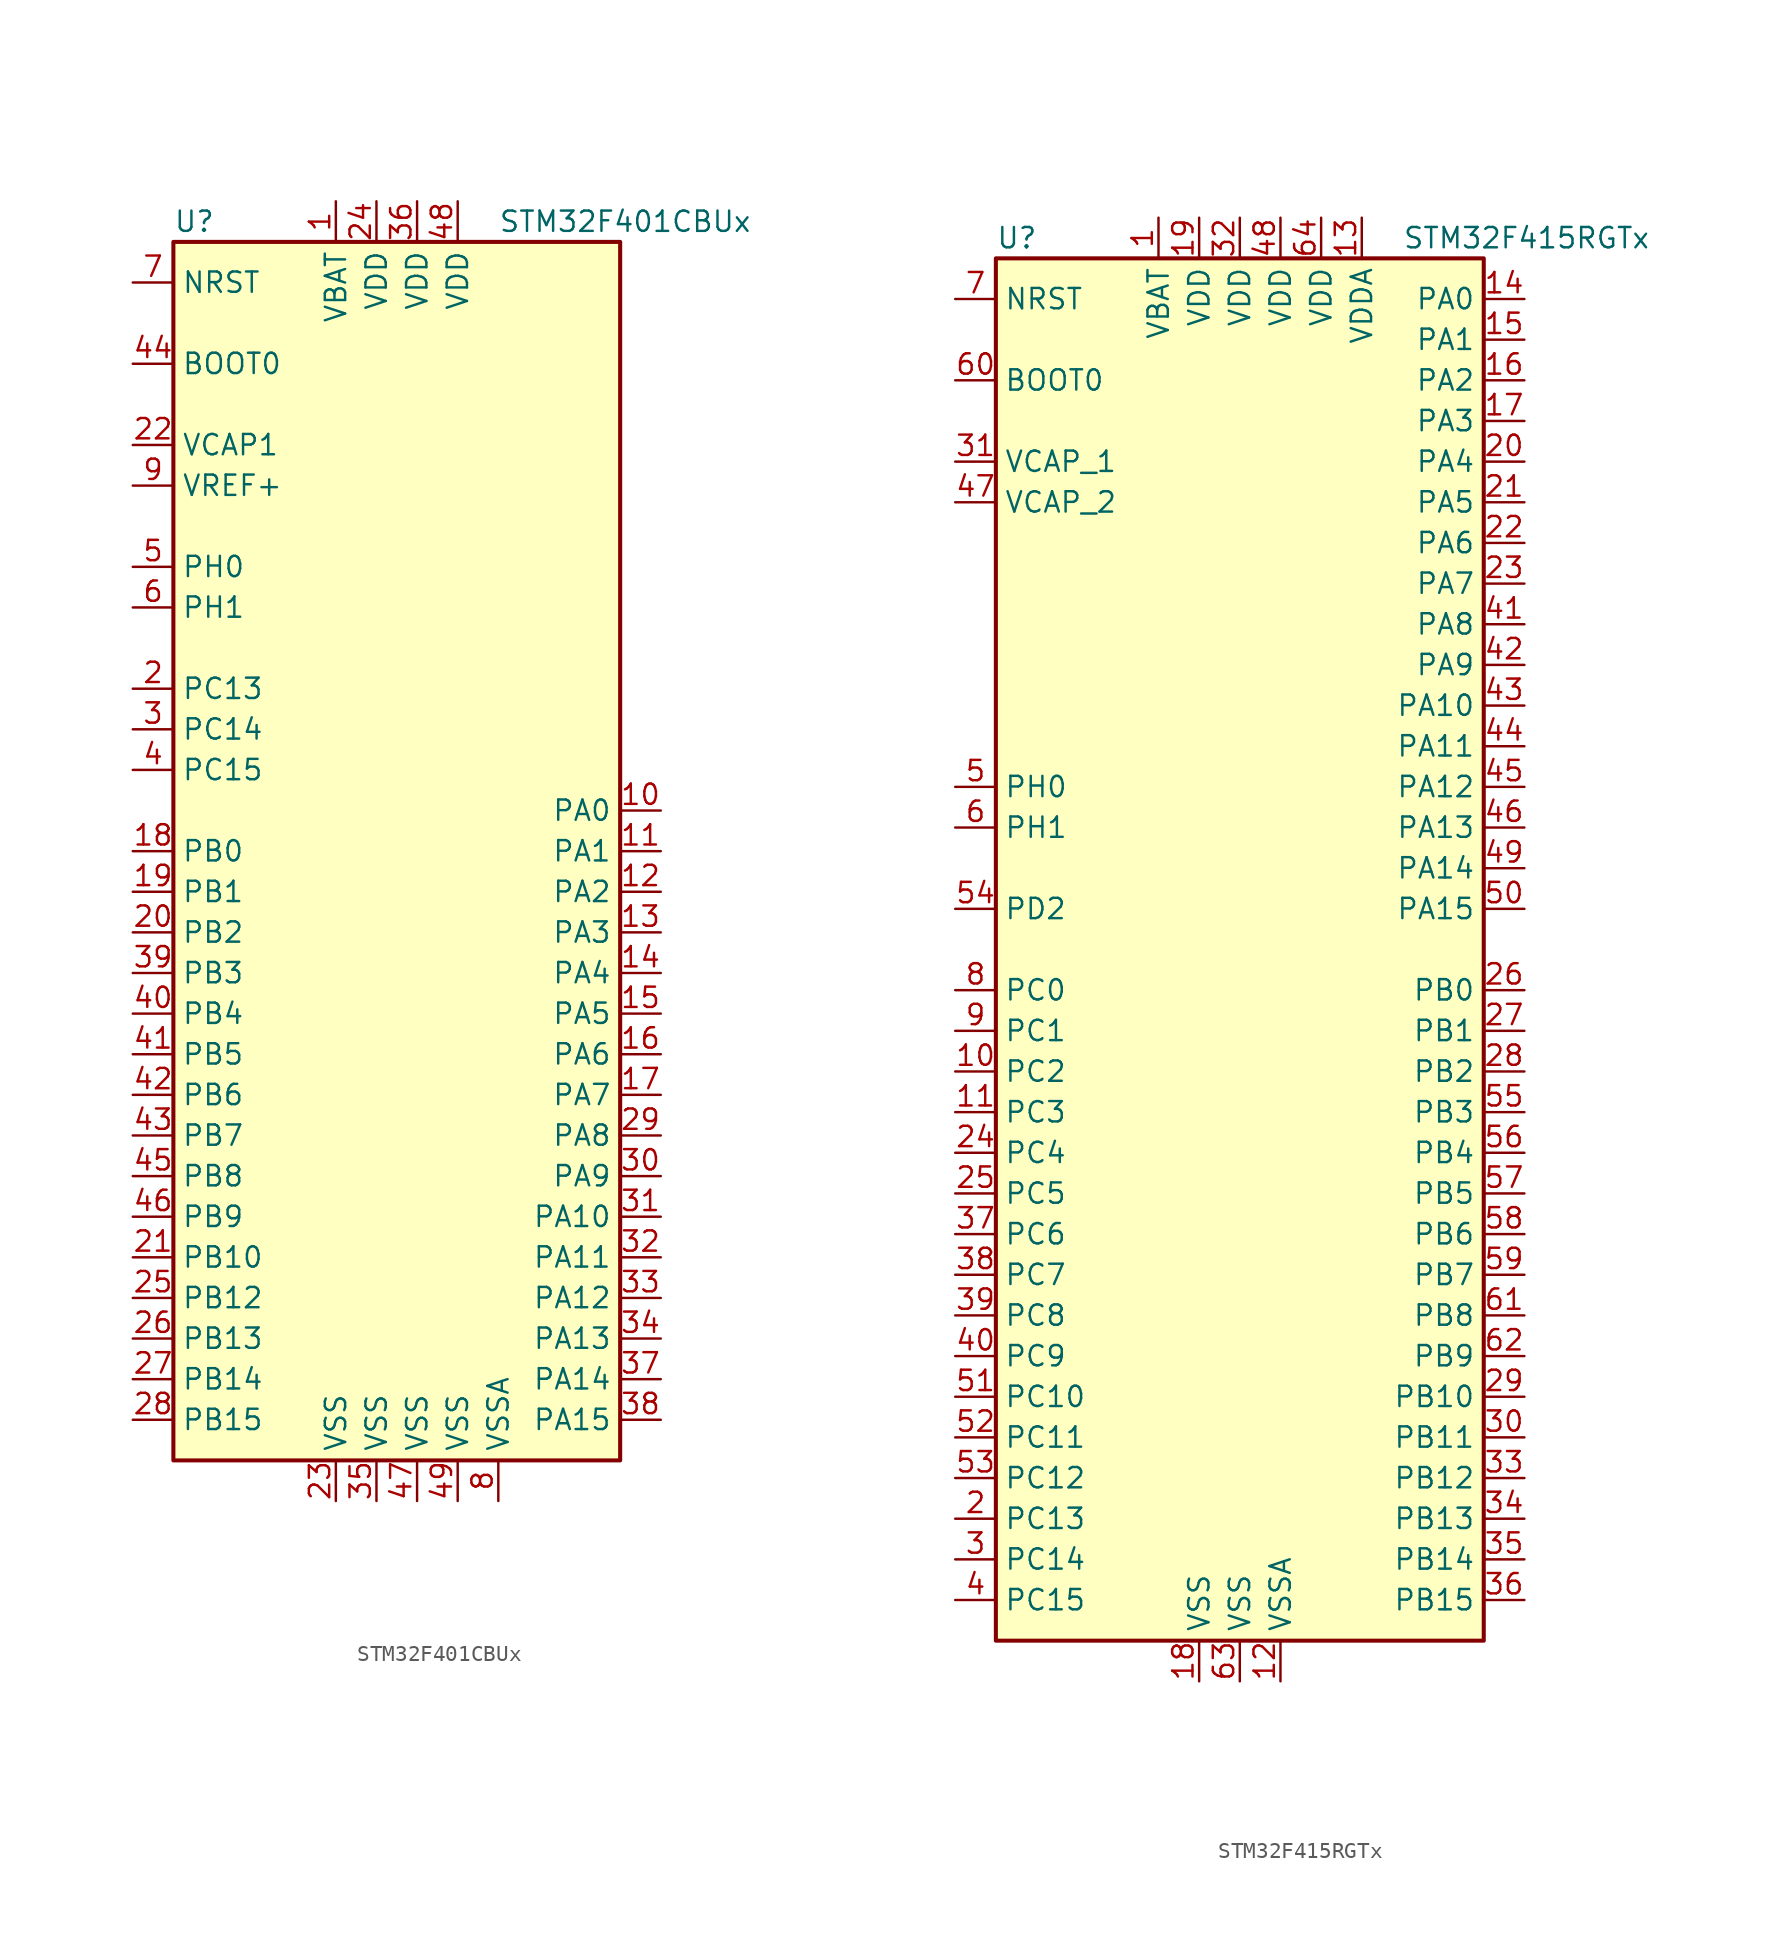
<source format=kicad_sym>
(kicad_symbol_lib
  (version 20201005)
  (generator kicad_symbol_editor)
  (symbol "MCU_ST_STM32F4:STM32F401CBUx"
    (property "Reference" "U"
      (at -15.24 39.37 0)
      (effects (font (size 1.27 1.27)) (justify left)))
    (property "Value" "STM32F401CBUx"
      (at 5.08 39.37 0)
      (effects (font (size 1.27 1.27)) (justify left)))
    (symbol "STM32F401CBUx_0_1"
      (rectangle (start -15.24 -38.1) (end 12.7 38.1) (stroke (width 0.254)) (fill (type background))))
    (symbol "STM32F401CBUx_1_1"
      (pin input line (at -17.78 30.48 0) (length 2.54) (name "BOOT0" (effects (font (size 1.27 1.27)))) (number "44" (effects (font (size 1.27 1.27)))))
      (pin input line (at -17.78 35.56 0) (length 2.54) (name "NRST" (effects (font (size 1.27 1.27)))) (number "7" (effects (font (size 1.27 1.27)))))
      (pin bidirectional line (at 15.24 2.54 180) (length 2.54) (name "PA0" (effects (font (size 1.27 1.27)))) (number "10" (effects (font (size 1.27 1.27)))))
      (pin bidirectional line (at 15.24 0 180) (length 2.54) (name "PA1" (effects (font (size 1.27 1.27)))) (number "11" (effects (font (size 1.27 1.27)))))
      (pin bidirectional line (at 15.24 -22.86 180) (length 2.54) (name "PA10" (effects (font (size 1.27 1.27)))) (number "31" (effects (font (size 1.27 1.27)))))
      (pin bidirectional line (at 15.24 -25.4 180) (length 2.54) (name "PA11" (effects (font (size 1.27 1.27)))) (number "32" (effects (font (size 1.27 1.27)))))
      (pin bidirectional line (at 15.24 -27.94 180) (length 2.54) (name "PA12" (effects (font (size 1.27 1.27)))) (number "33" (effects (font (size 1.27 1.27)))))
      (pin bidirectional line (at 15.24 -30.48 180) (length 2.54) (name "PA13" (effects (font (size 1.27 1.27)))) (number "34" (effects (font (size 1.27 1.27)))))
      (pin bidirectional line (at 15.24 -33.02 180) (length 2.54) (name "PA14" (effects (font (size 1.27 1.27)))) (number "37" (effects (font (size 1.27 1.27)))))
      (pin bidirectional line (at 15.24 -35.56 180) (length 2.54) (name "PA15" (effects (font (size 1.27 1.27)))) (number "38" (effects (font (size 1.27 1.27)))))
      (pin bidirectional line (at 15.24 -2.54 180) (length 2.54) (name "PA2" (effects (font (size 1.27 1.27)))) (number "12" (effects (font (size 1.27 1.27)))))
      (pin bidirectional line (at 15.24 -5.08 180) (length 2.54) (name "PA3" (effects (font (size 1.27 1.27)))) (number "13" (effects (font (size 1.27 1.27)))))
      (pin bidirectional line (at 15.24 -7.62 180) (length 2.54) (name "PA4" (effects (font (size 1.27 1.27)))) (number "14" (effects (font (size 1.27 1.27)))))
      (pin bidirectional line (at 15.24 -10.16 180) (length 2.54) (name "PA5" (effects (font (size 1.27 1.27)))) (number "15" (effects (font (size 1.27 1.27)))))
      (pin bidirectional line (at 15.24 -12.7 180) (length 2.54) (name "PA6" (effects (font (size 1.27 1.27)))) (number "16" (effects (font (size 1.27 1.27)))))
      (pin bidirectional line (at 15.24 -15.24 180) (length 2.54) (name "PA7" (effects (font (size 1.27 1.27)))) (number "17" (effects (font (size 1.27 1.27)))))
      (pin bidirectional line (at 15.24 -17.78 180) (length 2.54) (name "PA8" (effects (font (size 1.27 1.27)))) (number "29" (effects (font (size 1.27 1.27)))))
      (pin bidirectional line (at 15.24 -20.32 180) (length 2.54) (name "PA9" (effects (font (size 1.27 1.27)))) (number "30" (effects (font (size 1.27 1.27)))))
      (pin bidirectional line (at -17.78 0 0) (length 2.54) (name "PB0" (effects (font (size 1.27 1.27)))) (number "18" (effects (font (size 1.27 1.27)))))
      (pin bidirectional line (at -17.78 -2.54 0) (length 2.54) (name "PB1" (effects (font (size 1.27 1.27)))) (number "19" (effects (font (size 1.27 1.27)))))
      (pin bidirectional line (at -17.78 -25.4 0) (length 2.54) (name "PB10" (effects (font (size 1.27 1.27)))) (number "21" (effects (font (size 1.27 1.27)))))
      (pin bidirectional line (at -17.78 -27.94 0) (length 2.54) (name "PB12" (effects (font (size 1.27 1.27)))) (number "25" (effects (font (size 1.27 1.27)))))
      (pin bidirectional line (at -17.78 -30.48 0) (length 2.54) (name "PB13" (effects (font (size 1.27 1.27)))) (number "26" (effects (font (size 1.27 1.27)))))
      (pin bidirectional line (at -17.78 -33.02 0) (length 2.54) (name "PB14" (effects (font (size 1.27 1.27)))) (number "27" (effects (font (size 1.27 1.27)))))
      (pin bidirectional line (at -17.78 -35.56 0) (length 2.54) (name "PB15" (effects (font (size 1.27 1.27)))) (number "28" (effects (font (size 1.27 1.27)))))
      (pin bidirectional line (at -17.78 -5.08 0) (length 2.54) (name "PB2" (effects (font (size 1.27 1.27)))) (number "20" (effects (font (size 1.27 1.27)))))
      (pin bidirectional line (at -17.78 -7.62 0) (length 2.54) (name "PB3" (effects (font (size 1.27 1.27)))) (number "39" (effects (font (size 1.27 1.27)))))
      (pin bidirectional line (at -17.78 -10.16 0) (length 2.54) (name "PB4" (effects (font (size 1.27 1.27)))) (number "40" (effects (font (size 1.27 1.27)))))
      (pin bidirectional line (at -17.78 -12.7 0) (length 2.54) (name "PB5" (effects (font (size 1.27 1.27)))) (number "41" (effects (font (size 1.27 1.27)))))
      (pin bidirectional line (at -17.78 -15.24 0) (length 2.54) (name "PB6" (effects (font (size 1.27 1.27)))) (number "42" (effects (font (size 1.27 1.27)))))
      (pin bidirectional line (at -17.78 -17.78 0) (length 2.54) (name "PB7" (effects (font (size 1.27 1.27)))) (number "43" (effects (font (size 1.27 1.27)))))
      (pin bidirectional line (at -17.78 -20.32 0) (length 2.54) (name "PB8" (effects (font (size 1.27 1.27)))) (number "45" (effects (font (size 1.27 1.27)))))
      (pin bidirectional line (at -17.78 -22.86 0) (length 2.54) (name "PB9" (effects (font (size 1.27 1.27)))) (number "46" (effects (font (size 1.27 1.27)))))
      (pin bidirectional line (at -17.78 10.16 0) (length 2.54) (name "PC13" (effects (font (size 1.27 1.27)))) (number "2" (effects (font (size 1.27 1.27)))))
      (pin bidirectional line (at -17.78 7.62 0) (length 2.54) (name "PC14" (effects (font (size 1.27 1.27)))) (number "3" (effects (font (size 1.27 1.27)))))
      (pin bidirectional line (at -17.78 5.08 0) (length 2.54) (name "PC15" (effects (font (size 1.27 1.27)))) (number "4" (effects (font (size 1.27 1.27)))))
      (pin input line (at -17.78 17.78 0) (length 2.54) (name "PH0" (effects (font (size 1.27 1.27)))) (number "5" (effects (font (size 1.27 1.27)))))
      (pin input line (at -17.78 15.24 0) (length 2.54) (name "PH1" (effects (font (size 1.27 1.27)))) (number "6" (effects (font (size 1.27 1.27)))))
      (pin power_in line (at -5.08 40.64 270) (length 2.54) (name "VBAT" (effects (font (size 1.27 1.27)))) (number "1" (effects (font (size 1.27 1.27)))))
      (pin power_in line (at -17.78 25.4 0) (length 2.54) (name "VCAP1" (effects (font (size 1.27 1.27)))) (number "22" (effects (font (size 1.27 1.27)))))
      (pin power_in line (at -2.54 40.64 270) (length 2.54) (name "VDD" (effects (font (size 1.27 1.27)))) (number "24" (effects (font (size 1.27 1.27)))))
      (pin power_in line (at 0 40.64 270) (length 2.54) (name "VDD" (effects (font (size 1.27 1.27)))) (number "36" (effects (font (size 1.27 1.27)))))
      (pin power_in line (at 2.54 40.64 270) (length 2.54) (name "VDD" (effects (font (size 1.27 1.27)))) (number "48" (effects (font (size 1.27 1.27)))))
      (pin power_in line (at -17.78 22.86 0) (length 2.54) (name "VREF+" (effects (font (size 1.27 1.27)))) (number "9" (effects (font (size 1.27 1.27)))))
      (pin power_in line (at -5.08 -40.64 90) (length 2.54) (name "VSS" (effects (font (size 1.27 1.27)))) (number "23" (effects (font (size 1.27 1.27)))))
      (pin power_in line (at -2.54 -40.64 90) (length 2.54) (name "VSS" (effects (font (size 1.27 1.27)))) (number "35" (effects (font (size 1.27 1.27)))))
      (pin power_in line (at 0 -40.64 90) (length 2.54) (name "VSS" (effects (font (size 1.27 1.27)))) (number "47" (effects (font (size 1.27 1.27)))))
      (pin power_in line (at 2.54 -40.64 90) (length 2.54) (name "VSS" (effects (font (size 1.27 1.27)))) (number "49" (effects (font (size 1.27 1.27)))))
      (pin power_in line (at 5.08 -40.64 90) (length 2.54) (name "VSSA" (effects (font (size 1.27 1.27)))) (number "8" (effects (font (size 1.27 1.27)))))))
  (symbol "MCU_ST_STM32F4:STM32F415RGTx"
    (property "Reference" "U"
      (at -15.24 44.45 0)
      (effects (font (size 1.27 1.27)) (justify left)))
    (property "Value" "STM32F415RGTx"
      (at 10.16 44.45 0)
      (effects (font (size 1.27 1.27)) (justify left)))
    (symbol "STM32F415RGTx_0_1"
      (rectangle (start -15.24 -43.18) (end 15.24 43.18) (stroke (width 0.254)) (fill (type background))))
    (symbol "STM32F415RGTx_1_1"
      (pin input line (at -17.78 35.56 0) (length 2.54) (name "BOOT0" (effects (font (size 1.27 1.27)))) (number "60" (effects (font (size 1.27 1.27)))))
      (pin input line (at -17.78 40.64 0) (length 2.54) (name "NRST" (effects (font (size 1.27 1.27)))) (number "7" (effects (font (size 1.27 1.27)))))
      (pin bidirectional line (at 17.78 40.64 180) (length 2.54) (name "PA0" (effects (font (size 1.27 1.27)))) (number "14" (effects (font (size 1.27 1.27)))))
      (pin bidirectional line (at 17.78 38.1 180) (length 2.54) (name "PA1" (effects (font (size 1.27 1.27)))) (number "15" (effects (font (size 1.27 1.27)))))
      (pin bidirectional line (at 17.78 15.24 180) (length 2.54) (name "PA10" (effects (font (size 1.27 1.27)))) (number "43" (effects (font (size 1.27 1.27)))))
      (pin bidirectional line (at 17.78 12.7 180) (length 2.54) (name "PA11" (effects (font (size 1.27 1.27)))) (number "44" (effects (font (size 1.27 1.27)))))
      (pin bidirectional line (at 17.78 10.16 180) (length 2.54) (name "PA12" (effects (font (size 1.27 1.27)))) (number "45" (effects (font (size 1.27 1.27)))))
      (pin bidirectional line (at 17.78 7.62 180) (length 2.54) (name "PA13" (effects (font (size 1.27 1.27)))) (number "46" (effects (font (size 1.27 1.27)))))
      (pin bidirectional line (at 17.78 5.08 180) (length 2.54) (name "PA14" (effects (font (size 1.27 1.27)))) (number "49" (effects (font (size 1.27 1.27)))))
      (pin bidirectional line (at 17.78 2.54 180) (length 2.54) (name "PA15" (effects (font (size 1.27 1.27)))) (number "50" (effects (font (size 1.27 1.27)))))
      (pin bidirectional line (at 17.78 35.56 180) (length 2.54) (name "PA2" (effects (font (size 1.27 1.27)))) (number "16" (effects (font (size 1.27 1.27)))))
      (pin bidirectional line (at 17.78 33.02 180) (length 2.54) (name "PA3" (effects (font (size 1.27 1.27)))) (number "17" (effects (font (size 1.27 1.27)))))
      (pin bidirectional line (at 17.78 30.48 180) (length 2.54) (name "PA4" (effects (font (size 1.27 1.27)))) (number "20" (effects (font (size 1.27 1.27)))))
      (pin bidirectional line (at 17.78 27.94 180) (length 2.54) (name "PA5" (effects (font (size 1.27 1.27)))) (number "21" (effects (font (size 1.27 1.27)))))
      (pin bidirectional line (at 17.78 25.4 180) (length 2.54) (name "PA6" (effects (font (size 1.27 1.27)))) (number "22" (effects (font (size 1.27 1.27)))))
      (pin bidirectional line (at 17.78 22.86 180) (length 2.54) (name "PA7" (effects (font (size 1.27 1.27)))) (number "23" (effects (font (size 1.27 1.27)))))
      (pin bidirectional line (at 17.78 20.32 180) (length 2.54) (name "PA8" (effects (font (size 1.27 1.27)))) (number "41" (effects (font (size 1.27 1.27)))))
      (pin bidirectional line (at 17.78 17.78 180) (length 2.54) (name "PA9" (effects (font (size 1.27 1.27)))) (number "42" (effects (font (size 1.27 1.27)))))
      (pin bidirectional line (at 17.78 -2.54 180) (length 2.54) (name "PB0" (effects (font (size 1.27 1.27)))) (number "26" (effects (font (size 1.27 1.27)))))
      (pin bidirectional line (at 17.78 -5.08 180) (length 2.54) (name "PB1" (effects (font (size 1.27 1.27)))) (number "27" (effects (font (size 1.27 1.27)))))
      (pin bidirectional line (at 17.78 -27.94 180) (length 2.54) (name "PB10" (effects (font (size 1.27 1.27)))) (number "29" (effects (font (size 1.27 1.27)))))
      (pin bidirectional line (at 17.78 -30.48 180) (length 2.54) (name "PB11" (effects (font (size 1.27 1.27)))) (number "30" (effects (font (size 1.27 1.27)))))
      (pin bidirectional line (at 17.78 -33.02 180) (length 2.54) (name "PB12" (effects (font (size 1.27 1.27)))) (number "33" (effects (font (size 1.27 1.27)))))
      (pin bidirectional line (at 17.78 -35.56 180) (length 2.54) (name "PB13" (effects (font (size 1.27 1.27)))) (number "34" (effects (font (size 1.27 1.27)))))
      (pin bidirectional line (at 17.78 -38.1 180) (length 2.54) (name "PB14" (effects (font (size 1.27 1.27)))) (number "35" (effects (font (size 1.27 1.27)))))
      (pin bidirectional line (at 17.78 -40.64 180) (length 2.54) (name "PB15" (effects (font (size 1.27 1.27)))) (number "36" (effects (font (size 1.27 1.27)))))
      (pin bidirectional line (at 17.78 -7.62 180) (length 2.54) (name "PB2" (effects (font (size 1.27 1.27)))) (number "28" (effects (font (size 1.27 1.27)))))
      (pin bidirectional line (at 17.78 -10.16 180) (length 2.54) (name "PB3" (effects (font (size 1.27 1.27)))) (number "55" (effects (font (size 1.27 1.27)))))
      (pin bidirectional line (at 17.78 -12.7 180) (length 2.54) (name "PB4" (effects (font (size 1.27 1.27)))) (number "56" (effects (font (size 1.27 1.27)))))
      (pin bidirectional line (at 17.78 -15.24 180) (length 2.54) (name "PB5" (effects (font (size 1.27 1.27)))) (number "57" (effects (font (size 1.27 1.27)))))
      (pin bidirectional line (at 17.78 -17.78 180) (length 2.54) (name "PB6" (effects (font (size 1.27 1.27)))) (number "58" (effects (font (size 1.27 1.27)))))
      (pin bidirectional line (at 17.78 -20.32 180) (length 2.54) (name "PB7" (effects (font (size 1.27 1.27)))) (number "59" (effects (font (size 1.27 1.27)))))
      (pin bidirectional line (at 17.78 -22.86 180) (length 2.54) (name "PB8" (effects (font (size 1.27 1.27)))) (number "61" (effects (font (size 1.27 1.27)))))
      (pin bidirectional line (at 17.78 -25.4 180) (length 2.54) (name "PB9" (effects (font (size 1.27 1.27)))) (number "62" (effects (font (size 1.27 1.27)))))
      (pin bidirectional line (at -17.78 -2.54 0) (length 2.54) (name "PC0" (effects (font (size 1.27 1.27)))) (number "8" (effects (font (size 1.27 1.27)))))
      (pin bidirectional line (at -17.78 -5.08 0) (length 2.54) (name "PC1" (effects (font (size 1.27 1.27)))) (number "9" (effects (font (size 1.27 1.27)))))
      (pin bidirectional line (at -17.78 -27.94 0) (length 2.54) (name "PC10" (effects (font (size 1.27 1.27)))) (number "51" (effects (font (size 1.27 1.27)))))
      (pin bidirectional line (at -17.78 -30.48 0) (length 2.54) (name "PC11" (effects (font (size 1.27 1.27)))) (number "52" (effects (font (size 1.27 1.27)))))
      (pin bidirectional line (at -17.78 -33.02 0) (length 2.54) (name "PC12" (effects (font (size 1.27 1.27)))) (number "53" (effects (font (size 1.27 1.27)))))
      (pin bidirectional line (at -17.78 -35.56 0) (length 2.54) (name "PC13" (effects (font (size 1.27 1.27)))) (number "2" (effects (font (size 1.27 1.27)))))
      (pin bidirectional line (at -17.78 -38.1 0) (length 2.54) (name "PC14" (effects (font (size 1.27 1.27)))) (number "3" (effects (font (size 1.27 1.27)))))
      (pin bidirectional line (at -17.78 -40.64 0) (length 2.54) (name "PC15" (effects (font (size 1.27 1.27)))) (number "4" (effects (font (size 1.27 1.27)))))
      (pin bidirectional line (at -17.78 -7.62 0) (length 2.54) (name "PC2" (effects (font (size 1.27 1.27)))) (number "10" (effects (font (size 1.27 1.27)))))
      (pin bidirectional line (at -17.78 -10.16 0) (length 2.54) (name "PC3" (effects (font (size 1.27 1.27)))) (number "11" (effects (font (size 1.27 1.27)))))
      (pin bidirectional line (at -17.78 -12.7 0) (length 2.54) (name "PC4" (effects (font (size 1.27 1.27)))) (number "24" (effects (font (size 1.27 1.27)))))
      (pin bidirectional line (at -17.78 -15.24 0) (length 2.54) (name "PC5" (effects (font (size 1.27 1.27)))) (number "25" (effects (font (size 1.27 1.27)))))
      (pin bidirectional line (at -17.78 -17.78 0) (length 2.54) (name "PC6" (effects (font (size 1.27 1.27)))) (number "37" (effects (font (size 1.27 1.27)))))
      (pin bidirectional line (at -17.78 -20.32 0) (length 2.54) (name "PC7" (effects (font (size 1.27 1.27)))) (number "38" (effects (font (size 1.27 1.27)))))
      (pin bidirectional line (at -17.78 -22.86 0) (length 2.54) (name "PC8" (effects (font (size 1.27 1.27)))) (number "39" (effects (font (size 1.27 1.27)))))
      (pin bidirectional line (at -17.78 -25.4 0) (length 2.54) (name "PC9" (effects (font (size 1.27 1.27)))) (number "40" (effects (font (size 1.27 1.27)))))
      (pin bidirectional line (at -17.78 2.54 0) (length 2.54) (name "PD2" (effects (font (size 1.27 1.27)))) (number "54" (effects (font (size 1.27 1.27)))))
      (pin input line (at -17.78 10.16 0) (length 2.54) (name "PH0" (effects (font (size 1.27 1.27)))) (number "5" (effects (font (size 1.27 1.27)))))
      (pin input line (at -17.78 7.62 0) (length 2.54) (name "PH1" (effects (font (size 1.27 1.27)))) (number "6" (effects (font (size 1.27 1.27)))))
      (pin power_in line (at -5.08 45.72 270) (length 2.54) (name "VBAT" (effects (font (size 1.27 1.27)))) (number "1" (effects (font (size 1.27 1.27)))))
      (pin power_in line (at -17.78 30.48 0) (length 2.54) (name "VCAP_1" (effects (font (size 1.27 1.27)))) (number "31" (effects (font (size 1.27 1.27)))))
      (pin power_in line (at -17.78 27.94 0) (length 2.54) (name "VCAP_2" (effects (font (size 1.27 1.27)))) (number "47" (effects (font (size 1.27 1.27)))))
      (pin power_in line (at -2.54 45.72 270) (length 2.54) (name "VDD" (effects (font (size 1.27 1.27)))) (number "19" (effects (font (size 1.27 1.27)))))
      (pin power_in line (at 0 45.72 270) (length 2.54) (name "VDD" (effects (font (size 1.27 1.27)))) (number "32" (effects (font (size 1.27 1.27)))))
      (pin power_in line (at 2.54 45.72 270) (length 2.54) (name "VDD" (effects (font (size 1.27 1.27)))) (number "48" (effects (font (size 1.27 1.27)))))
      (pin power_in line (at 5.08 45.72 270) (length 2.54) (name "VDD" (effects (font (size 1.27 1.27)))) (number "64" (effects (font (size 1.27 1.27)))))
      (pin power_in line (at 7.62 45.72 270) (length 2.54) (name "VDDA" (effects (font (size 1.27 1.27)))) (number "13" (effects (font (size 1.27 1.27)))))
      (pin power_in line (at -2.54 -45.72 90) (length 2.54) (name "VSS" (effects (font (size 1.27 1.27)))) (number "18" (effects (font (size 1.27 1.27)))))
      (pin power_in line (at 0 -45.72 90) (length 2.54) (name "VSS" (effects (font (size 1.27 1.27)))) (number "63" (effects (font (size 1.27 1.27)))))
      (pin power_in line (at 2.54 -45.72 90) (length 2.54) (name "VSSA" (effects (font (size 1.27 1.27)))) (number "12" (effects (font (size 1.27 1.27))))))))
</source>
